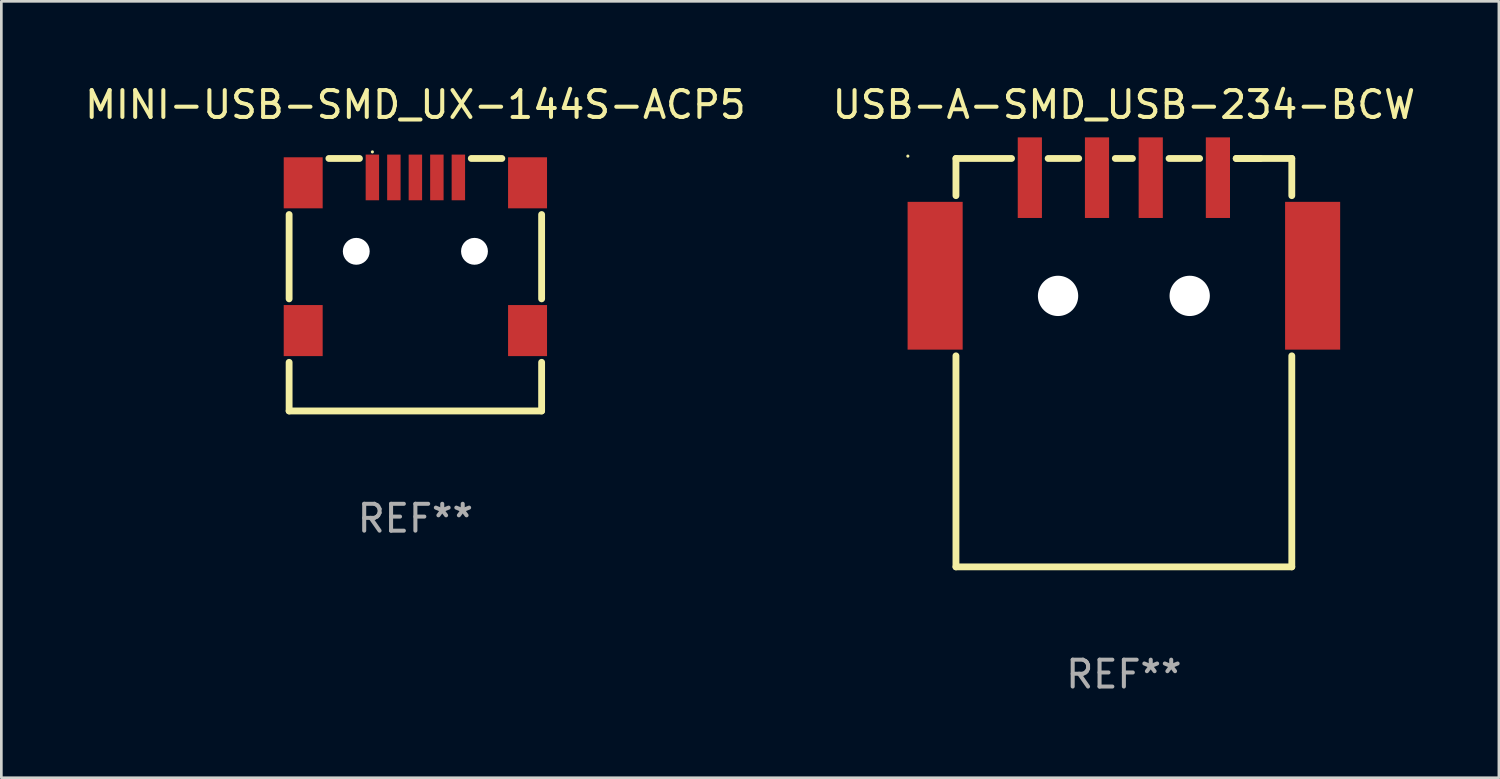
<source format=kicad_pcb>
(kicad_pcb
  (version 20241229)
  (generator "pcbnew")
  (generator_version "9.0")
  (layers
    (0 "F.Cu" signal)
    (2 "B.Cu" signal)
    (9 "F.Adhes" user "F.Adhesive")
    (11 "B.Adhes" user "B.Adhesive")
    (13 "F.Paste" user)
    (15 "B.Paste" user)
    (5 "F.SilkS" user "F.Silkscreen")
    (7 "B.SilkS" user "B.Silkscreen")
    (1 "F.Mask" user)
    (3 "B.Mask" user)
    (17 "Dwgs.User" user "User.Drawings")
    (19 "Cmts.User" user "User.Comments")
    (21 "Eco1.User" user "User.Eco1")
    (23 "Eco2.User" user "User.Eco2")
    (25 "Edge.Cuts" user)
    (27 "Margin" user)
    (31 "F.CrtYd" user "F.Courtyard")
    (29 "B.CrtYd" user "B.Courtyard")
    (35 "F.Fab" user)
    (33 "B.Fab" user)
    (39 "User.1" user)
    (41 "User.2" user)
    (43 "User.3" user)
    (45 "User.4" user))
  (footprint "USB-A-SMD_USB-234-BCW"
    (layer "F.Cu")
    (at 38.78 5.388)
    (property "Reference" "USB-A-SMD_USB-234-BCW" (at 0 -4.54 0) (layer "F.SilkS") (effects (font (size 1 1) (thickness 0.15))))
    (attr smd)
    (fp_line (start -6.25 -2.54) (end -4.181 -2.54) (stroke (width 0.254) (type solid)) (layer "F.SilkS"))
    (fp_line (start -6.25 -1.156) (end -6.25 -2.54) (stroke (width 0.254) (type solid)) (layer "F.SilkS"))
    (fp_line (start -6.25 12.66) (end -6.25 4.806) (stroke (width 0.254) (type solid)) (layer "F.SilkS"))
    (fp_line (start -2.819 -2.54) (end -1.681 -2.54) (stroke (width 0.254) (type solid)) (layer "F.SilkS"))
    (fp_line (start -0.319 -2.54) (end 0.319 -2.54) (stroke (width 0.254) (type solid)) (layer "F.SilkS"))
    (fp_line (start 1.681 -2.54) (end 2.819 -2.54) (stroke (width 0.254) (type solid)) (layer "F.SilkS"))
    (fp_line (start 4.181 -2.54) (end 5.08 -2.54) (stroke (width 0.254) (type solid)) (layer "F.SilkS"))
    (fp_line (start 6.25 -2.54) (end 4.181 -2.54) (stroke (width 0.254) (type solid)) (layer "F.SilkS"))
    (fp_line (start 6.25 -1.156) (end 6.25 -2.54) (stroke (width 0.254) (type solid)) (layer "F.SilkS"))
    (fp_line (start 6.25 12.66) (end -6.25 12.66) (stroke (width 0.254) (type solid)) (layer "F.SilkS"))
    (fp_line (start 6.25 12.66) (end 6.25 4.806) (stroke (width 0.254) (type solid)) (layer "F.SilkS"))
    (fp_circle (center -8.04 -2.628) (end -8.01 -2.628) (stroke (width 0.06) (type solid)) (fill no) (layer "F.SilkS"))
    (fp_circle (center -2.45 2.575) (end -2.15 2.575) (stroke (width 0.6) (type solid)) (fill no) (layer "F.Fab"))
    (fp_circle (center 2.45 2.575) (end 2.75 2.575) (stroke (width 0.6) (type solid)) (fill no) (layer "F.Fab"))
    (fp_text user "REF**" (at 0 16.66 0) (layer "F.Fab") (effects (font (size 1 1) (thickness 0.15))))
    (pad "" np_thru_hole circle (at -2.45 2.575) (size 1.5 1.5) (drill 1.5) (layers "*.Cu" "*.Mask"))
    (pad "" np_thru_hole circle (at 2.45 2.575) (size 1.5 1.5) (drill 1.5) (layers "*.Cu" "*.Mask"))
    (pad "1" smd rect (at -3.5 -1.825) (size 0.9 3) (layers "F.Cu" "F.Mask" "F.Paste"))
    (pad "2" smd rect (at -1 -1.825) (size 0.9 3) (layers "F.Cu" "F.Mask" "F.Paste"))
    (pad "3" smd rect (at 1 -1.825) (size 0.9 3) (layers "F.Cu" "F.Mask" "F.Paste"))
    (pad "4" smd rect (at 3.5 -1.825) (size 0.9 3) (layers "F.Cu" "F.Mask" "F.Paste"))
    (pad "5" smd rect (at -7.025 1.825) (size 2.05 5.5) (layers "F.Cu" "F.Mask" "F.Paste"))
    (pad "6" smd rect (at 7.025 1.825) (size 2.05 5.5) (layers "F.Cu" "F.Mask" "F.Paste")))
  (footprint "MINI-USB-SMD_UX-144S-ACP5"
    (layer "F.Cu")
    (at 12.41 6.404)
    (property "Reference" "MINI-USB-SMD_UX-144S-ACP5" (at 0.000254 -5.556 0) (layer "F.SilkS") (effects (font (size 1 1) (thickness 0.15))))
    (attr through_hole)
    (fp_line (start -4.699 1.669) (end -4.699 -1.469) (stroke (width 0.254) (type solid)) (layer "F.SilkS"))
    (fp_line (start -4.699 5.842) (end -4.699 4.031) (stroke (width 0.254) (type solid)) (layer "F.SilkS"))
    (fp_line (start -4.699 5.842) (end 4.699 5.842) (stroke (width 0.254) (type solid)) (layer "F.SilkS"))
    (fp_line (start -2.081 -3.556) (end -3.219 -3.556) (stroke (width 0.254) (type solid)) (layer "F.SilkS"))
    (fp_line (start 3.219 -3.556) (end 2.081 -3.556) (stroke (width 0.254) (type solid)) (layer "F.SilkS"))
    (fp_line (start 4.699 1.669) (end 4.699 -1.469) (stroke (width 0.254) (type solid)) (layer "F.SilkS"))
    (fp_line (start 4.699 5.842) (end 4.699 4.031) (stroke (width 0.254) (type solid)) (layer "F.SilkS"))
    (fp_circle (center -1.6 -3.8) (end -1.57 -3.8) (stroke (width 0.06) (type solid)) (fill no) (layer "F.SilkS"))
    (fp_text user "REF**" (at 0.000254 9.842 0) (layer "F.Fab") (effects (font (size 1 1) (thickness 0.15))))
    (pad "" np_thru_hole circle (at -2.2 -0.1) (size 1 1) (drill 1) (layers "*.Cu" "*.Mask"))
    (pad "" np_thru_hole circle (at 2.2 -0.1) (size 1 1) (drill 1) (layers "*.Cu" "*.Mask"))
    (pad "1" smd rect (at -1.6 -2.85) (size 0.5 1.7) (layers "F.Cu" "F.Mask" "F.Paste"))
    (pad "2" smd rect (at -0.8 -2.85) (size 0.5 1.7) (layers "F.Cu" "F.Mask" "F.Paste"))
    (pad "3" smd rect (at 0 -2.85) (size 0.5 1.7) (layers "F.Cu" "F.Mask" "F.Paste"))
    (pad "4" smd rect (at 0.8 -2.85) (size 0.5 1.7) (layers "F.Cu" "F.Mask" "F.Paste"))
    (pad "5" smd rect (at 1.6 -2.85) (size 0.5 1.7) (layers "F.Cu" "F.Mask" "F.Paste"))
    (pad "6" smd rect (at -4.175 -2.65) (size 1.45 1.9) (layers "F.Cu" "F.Mask" "F.Paste"))
    (pad "7" smd rect (at -4.175 2.85) (size 1.45 1.9) (layers "F.Cu" "F.Mask" "F.Paste"))
    (pad "8" smd rect (at 4.175 2.85) (size 1.45 1.9) (layers "F.Cu" "F.Mask" "F.Paste"))
    (pad "9" smd rect (at 4.175 -2.65) (size 1.45 1.9) (layers "F.Cu" "F.Mask" "F.Paste")))
  (gr_rect
    (start -3 -3)
    (end 52.738 25.897)
    (stroke (width 0.1) (type default))
    (fill no)
    (layer "Edge.Cuts")))
</source>
